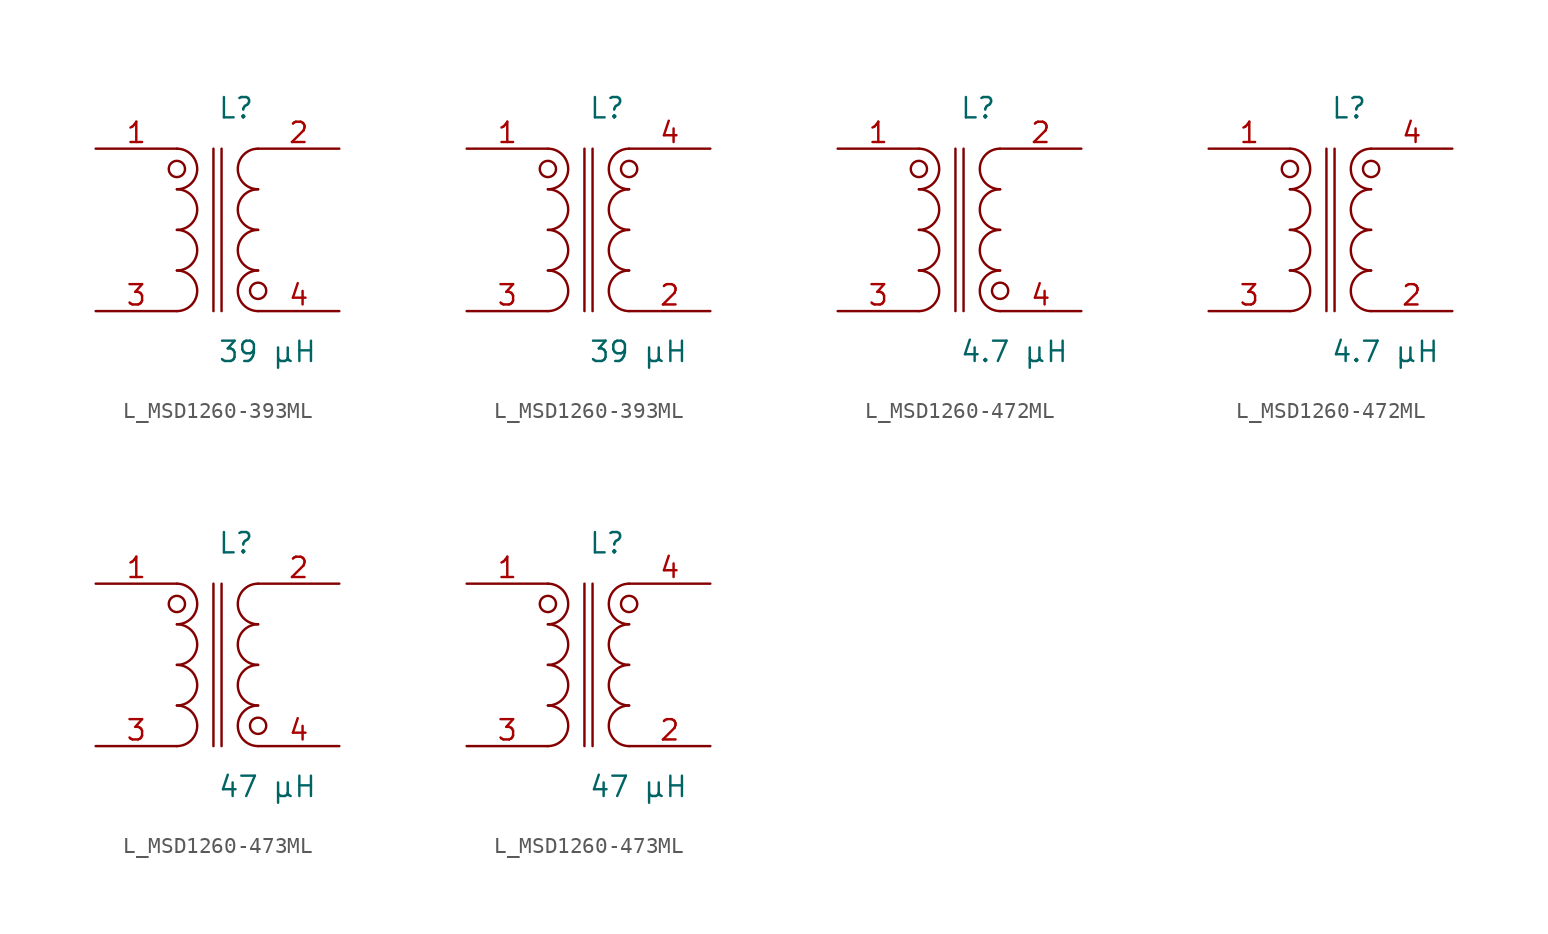
<source format=kicad_sym>
(kicad_symbol_lib
  (version 20231120)
  (generator kicad_symbol_editor)
  (generator_version 8.0)
  (symbol "L_MSD1260-393ML"
    (pin_names
      (offset 0.254))
    (property "Reference" "L"
      (at 0 7.62 0)
      (effects (font (size 1.27 1.27)) (justify left)))
    (property "Value" "39 µH"
      (at 0 -7.62 0)
      (effects (font (size 1.27 1.27)) (justify left)))
    (symbol "L_MSD1260-393ML_1_1"
      (arc (start -2.54 -5.08) (mid -1.27 -3.81) (end -2.54 -2.54) (stroke (width 0) (type default)) (fill (type none)))
      (arc (start -2.54 -2.54) (mid -1.27 -1.27) (end -2.54 0.0) (stroke (width 0) (type default)) (fill (type none)))
      (arc (start -2.54 0.0) (mid -1.27 1.27) (end -2.54 2.54) (stroke (width 0) (type default)) (fill (type none)))
      (arc (start -2.54 2.54) (mid -1.27 3.81) (end -2.54 5.08) (stroke (width 0) (type default)) (fill (type none)))
      (arc (start 2.54 -5.08) (mid 1.27 -3.81) (end 2.54 -2.54) (stroke (width 0) (type default)) (fill (type none)))
      (arc (start 2.54 -2.54) (mid 1.27 -1.27) (end 2.54 0.0) (stroke (width 0) (type default)) (fill (type none)))
      (arc (start 2.54 0.0) (mid 1.27 1.27) (end 2.54 2.54) (stroke (width 0) (type default)) (fill (type none)))
      (arc (start 2.54 2.54) (mid 1.27 3.81) (end 2.54 5.08) (stroke (width 0) (type default)) (fill (type none)))
      (circle (center -2.54 3.81) (radius 0.508) (stroke (width 0) (type default)) (fill (type none)))
      (circle (center 2.54 -3.81) (radius 0.508) (stroke (width 0) (type default)) (fill (type none)))
      (polyline (pts (xy -0.254 5.08) (xy -0.254 -5.08)) (stroke (width 0) (type default)) (fill (type none)))
      (polyline (pts (xy 0.254 5.08) (xy 0.254 -5.08)) (stroke (width 0) (type default)) (fill (type none)))
      (pin passive line (at -7.62 5.08 0) (length 5.08) (name "" (effects (font (size 1.27 1.27)))) (number "1" (effects (font (size 1.27 1.27)))))
      (pin passive line (at -7.62 -5.08 0) (length 5.08) (name "" (effects (font (size 1.27 1.27)))) (number "3" (effects (font (size 1.27 1.27)))))
      (pin passive line (at 7.62 5.08 180) (length 5.08) (name "" (effects (font (size 1.27 1.27)))) (number "2" (effects (font (size 1.27 1.27)))))
      (pin passive line (at 7.62 -5.08 180) (length 5.08) (name "" (effects (font (size 1.27 1.27)))) (number "4" (effects (font (size 1.27 1.27))))))
    (symbol "L_MSD1260-393ML_1_2"
      (arc (start -2.54 -5.08) (mid -1.27 -3.81) (end -2.54 -2.54) (stroke (width 0) (type default)) (fill (type none)))
      (arc (start -2.54 -2.54) (mid -1.27 -1.27) (end -2.54 0.0) (stroke (width 0) (type default)) (fill (type none)))
      (arc (start -2.54 0.0) (mid -1.27 1.27) (end -2.54 2.54) (stroke (width 0) (type default)) (fill (type none)))
      (arc (start -2.54 2.54) (mid -1.27 3.81) (end -2.54 5.08) (stroke (width 0) (type default)) (fill (type none)))
      (arc (start 2.54 -5.08) (mid 1.27 -3.81) (end 2.54 -2.54) (stroke (width 0) (type default)) (fill (type none)))
      (arc (start 2.54 -2.54) (mid 1.27 -1.27) (end 2.54 0.0) (stroke (width 0) (type default)) (fill (type none)))
      (arc (start 2.54 0.0) (mid 1.27 1.27) (end 2.54 2.54) (stroke (width 0) (type default)) (fill (type none)))
      (arc (start 2.54 2.54) (mid 1.27 3.81) (end 2.54 5.08) (stroke (width 0) (type default)) (fill (type none)))
      (circle (center -2.54 3.81) (radius 0.508) (stroke (width 0) (type default)) (fill (type none)))
      (circle (center 2.54 3.81) (radius 0.508) (stroke (width 0) (type default)) (fill (type none)))
      (polyline (pts (xy -0.254 5.08) (xy -0.254 -5.08)) (stroke (width 0) (type default)) (fill (type none)))
      (polyline (pts (xy 0.254 5.08) (xy 0.254 -5.08)) (stroke (width 0) (type default)) (fill (type none)))
      (pin passive line (at -7.62 5.08 0) (length 5.08) (name "" (effects (font (size 1.27 1.27)))) (number "1" (effects (font (size 1.27 1.27)))))
      (pin passive line (at -7.62 -5.08 0) (length 5.08) (name "" (effects (font (size 1.27 1.27)))) (number "3" (effects (font (size 1.27 1.27)))))
      (pin passive line (at 7.62 -5.08 180) (length 5.08) (name "" (effects (font (size 1.27 1.27)))) (number "2" (effects (font (size 1.27 1.27)))))
      (pin passive line (at 7.62 5.08 180) (length 5.08) (name "" (effects (font (size 1.27 1.27)))) (number "4" (effects (font (size 1.27 1.27)))))))
  (symbol "L_MSD1260-472ML"
    (pin_names
      (offset 0.254))
    (property "Reference" "L"
      (at 0 7.62 0)
      (effects (font (size 1.27 1.27)) (justify left)))
    (property "Value" "4.7 µH"
      (at 0 -7.62 0)
      (effects (font (size 1.27 1.27)) (justify left)))
    (symbol "L_MSD1260-472ML_1_1"
      (arc (start -2.54 -5.08) (mid -1.27 -3.81) (end -2.54 -2.54) (stroke (width 0) (type default)) (fill (type none)))
      (arc (start -2.54 -2.54) (mid -1.27 -1.27) (end -2.54 0.0) (stroke (width 0) (type default)) (fill (type none)))
      (arc (start -2.54 0.0) (mid -1.27 1.27) (end -2.54 2.54) (stroke (width 0) (type default)) (fill (type none)))
      (arc (start -2.54 2.54) (mid -1.27 3.81) (end -2.54 5.08) (stroke (width 0) (type default)) (fill (type none)))
      (arc (start 2.54 -5.08) (mid 1.27 -3.81) (end 2.54 -2.54) (stroke (width 0) (type default)) (fill (type none)))
      (arc (start 2.54 -2.54) (mid 1.27 -1.27) (end 2.54 0.0) (stroke (width 0) (type default)) (fill (type none)))
      (arc (start 2.54 0.0) (mid 1.27 1.27) (end 2.54 2.54) (stroke (width 0) (type default)) (fill (type none)))
      (arc (start 2.54 2.54) (mid 1.27 3.81) (end 2.54 5.08) (stroke (width 0) (type default)) (fill (type none)))
      (circle (center -2.54 3.81) (radius 0.508) (stroke (width 0) (type default)) (fill (type none)))
      (circle (center 2.54 -3.81) (radius 0.508) (stroke (width 0) (type default)) (fill (type none)))
      (polyline (pts (xy -0.254 5.08) (xy -0.254 -5.08)) (stroke (width 0) (type default)) (fill (type none)))
      (polyline (pts (xy 0.254 5.08) (xy 0.254 -5.08)) (stroke (width 0) (type default)) (fill (type none)))
      (pin passive line (at -7.62 5.08 0) (length 5.08) (name "" (effects (font (size 1.27 1.27)))) (number "1" (effects (font (size 1.27 1.27)))))
      (pin passive line (at -7.62 -5.08 0) (length 5.08) (name "" (effects (font (size 1.27 1.27)))) (number "3" (effects (font (size 1.27 1.27)))))
      (pin passive line (at 7.62 5.08 180) (length 5.08) (name "" (effects (font (size 1.27 1.27)))) (number "2" (effects (font (size 1.27 1.27)))))
      (pin passive line (at 7.62 -5.08 180) (length 5.08) (name "" (effects (font (size 1.27 1.27)))) (number "4" (effects (font (size 1.27 1.27))))))
    (symbol "L_MSD1260-472ML_1_2"
      (arc (start -2.54 -5.08) (mid -1.27 -3.81) (end -2.54 -2.54) (stroke (width 0) (type default)) (fill (type none)))
      (arc (start -2.54 -2.54) (mid -1.27 -1.27) (end -2.54 0.0) (stroke (width 0) (type default)) (fill (type none)))
      (arc (start -2.54 0.0) (mid -1.27 1.27) (end -2.54 2.54) (stroke (width 0) (type default)) (fill (type none)))
      (arc (start -2.54 2.54) (mid -1.27 3.81) (end -2.54 5.08) (stroke (width 0) (type default)) (fill (type none)))
      (arc (start 2.54 -5.08) (mid 1.27 -3.81) (end 2.54 -2.54) (stroke (width 0) (type default)) (fill (type none)))
      (arc (start 2.54 -2.54) (mid 1.27 -1.27) (end 2.54 0.0) (stroke (width 0) (type default)) (fill (type none)))
      (arc (start 2.54 0.0) (mid 1.27 1.27) (end 2.54 2.54) (stroke (width 0) (type default)) (fill (type none)))
      (arc (start 2.54 2.54) (mid 1.27 3.81) (end 2.54 5.08) (stroke (width 0) (type default)) (fill (type none)))
      (circle (center -2.54 3.81) (radius 0.508) (stroke (width 0) (type default)) (fill (type none)))
      (circle (center 2.54 3.81) (radius 0.508) (stroke (width 0) (type default)) (fill (type none)))
      (polyline (pts (xy -0.254 5.08) (xy -0.254 -5.08)) (stroke (width 0) (type default)) (fill (type none)))
      (polyline (pts (xy 0.254 5.08) (xy 0.254 -5.08)) (stroke (width 0) (type default)) (fill (type none)))
      (pin passive line (at -7.62 5.08 0) (length 5.08) (name "" (effects (font (size 1.27 1.27)))) (number "1" (effects (font (size 1.27 1.27)))))
      (pin passive line (at -7.62 -5.08 0) (length 5.08) (name "" (effects (font (size 1.27 1.27)))) (number "3" (effects (font (size 1.27 1.27)))))
      (pin passive line (at 7.62 -5.08 180) (length 5.08) (name "" (effects (font (size 1.27 1.27)))) (number "2" (effects (font (size 1.27 1.27)))))
      (pin passive line (at 7.62 5.08 180) (length 5.08) (name "" (effects (font (size 1.27 1.27)))) (number "4" (effects (font (size 1.27 1.27)))))))
  (symbol "L_MSD1260-473ML"
    (pin_names
      (offset 0.254))
    (property "Reference" "L"
      (at 0 7.62 0)
      (effects (font (size 1.27 1.27)) (justify left)))
    (property "Value" "47 µH"
      (at 0 -7.62 0)
      (effects (font (size 1.27 1.27)) (justify left)))
    (symbol "L_MSD1260-473ML_1_1"
      (arc (start -2.54 -5.08) (mid -1.27 -3.81) (end -2.54 -2.54) (stroke (width 0) (type default)) (fill (type none)))
      (arc (start -2.54 -2.54) (mid -1.27 -1.27) (end -2.54 0.0) (stroke (width 0) (type default)) (fill (type none)))
      (arc (start -2.54 0.0) (mid -1.27 1.27) (end -2.54 2.54) (stroke (width 0) (type default)) (fill (type none)))
      (arc (start -2.54 2.54) (mid -1.27 3.81) (end -2.54 5.08) (stroke (width 0) (type default)) (fill (type none)))
      (arc (start 2.54 -5.08) (mid 1.27 -3.81) (end 2.54 -2.54) (stroke (width 0) (type default)) (fill (type none)))
      (arc (start 2.54 -2.54) (mid 1.27 -1.27) (end 2.54 0.0) (stroke (width 0) (type default)) (fill (type none)))
      (arc (start 2.54 0.0) (mid 1.27 1.27) (end 2.54 2.54) (stroke (width 0) (type default)) (fill (type none)))
      (arc (start 2.54 2.54) (mid 1.27 3.81) (end 2.54 5.08) (stroke (width 0) (type default)) (fill (type none)))
      (circle (center -2.54 3.81) (radius 0.508) (stroke (width 0) (type default)) (fill (type none)))
      (circle (center 2.54 -3.81) (radius 0.508) (stroke (width 0) (type default)) (fill (type none)))
      (polyline (pts (xy -0.254 5.08) (xy -0.254 -5.08)) (stroke (width 0) (type default)) (fill (type none)))
      (polyline (pts (xy 0.254 5.08) (xy 0.254 -5.08)) (stroke (width 0) (type default)) (fill (type none)))
      (pin passive line (at -7.62 5.08 0) (length 5.08) (name "" (effects (font (size 1.27 1.27)))) (number "1" (effects (font (size 1.27 1.27)))))
      (pin passive line (at -7.62 -5.08 0) (length 5.08) (name "" (effects (font (size 1.27 1.27)))) (number "3" (effects (font (size 1.27 1.27)))))
      (pin passive line (at 7.62 5.08 180) (length 5.08) (name "" (effects (font (size 1.27 1.27)))) (number "2" (effects (font (size 1.27 1.27)))))
      (pin passive line (at 7.62 -5.08 180) (length 5.08) (name "" (effects (font (size 1.27 1.27)))) (number "4" (effects (font (size 1.27 1.27))))))
    (symbol "L_MSD1260-473ML_1_2"
      (arc (start -2.54 -5.08) (mid -1.27 -3.81) (end -2.54 -2.54) (stroke (width 0) (type default)) (fill (type none)))
      (arc (start -2.54 -2.54) (mid -1.27 -1.27) (end -2.54 0.0) (stroke (width 0) (type default)) (fill (type none)))
      (arc (start -2.54 0.0) (mid -1.27 1.27) (end -2.54 2.54) (stroke (width 0) (type default)) (fill (type none)))
      (arc (start -2.54 2.54) (mid -1.27 3.81) (end -2.54 5.08) (stroke (width 0) (type default)) (fill (type none)))
      (arc (start 2.54 -5.08) (mid 1.27 -3.81) (end 2.54 -2.54) (stroke (width 0) (type default)) (fill (type none)))
      (arc (start 2.54 -2.54) (mid 1.27 -1.27) (end 2.54 0.0) (stroke (width 0) (type default)) (fill (type none)))
      (arc (start 2.54 0.0) (mid 1.27 1.27) (end 2.54 2.54) (stroke (width 0) (type default)) (fill (type none)))
      (arc (start 2.54 2.54) (mid 1.27 3.81) (end 2.54 5.08) (stroke (width 0) (type default)) (fill (type none)))
      (circle (center -2.54 3.81) (radius 0.508) (stroke (width 0) (type default)) (fill (type none)))
      (circle (center 2.54 3.81) (radius 0.508) (stroke (width 0) (type default)) (fill (type none)))
      (polyline (pts (xy -0.254 5.08) (xy -0.254 -5.08)) (stroke (width 0) (type default)) (fill (type none)))
      (polyline (pts (xy 0.254 5.08) (xy 0.254 -5.08)) (stroke (width 0) (type default)) (fill (type none)))
      (pin passive line (at -7.62 5.08 0) (length 5.08) (name "" (effects (font (size 1.27 1.27)))) (number "1" (effects (font (size 1.27 1.27)))))
      (pin passive line (at -7.62 -5.08 0) (length 5.08) (name "" (effects (font (size 1.27 1.27)))) (number "3" (effects (font (size 1.27 1.27)))))
      (pin passive line (at 7.62 -5.08 180) (length 5.08) (name "" (effects (font (size 1.27 1.27)))) (number "2" (effects (font (size 1.27 1.27)))))
      (pin passive line (at 7.62 5.08 180) (length 5.08) (name "" (effects (font (size 1.27 1.27)))) (number "4" (effects (font (size 1.27 1.27))))))))
</source>
